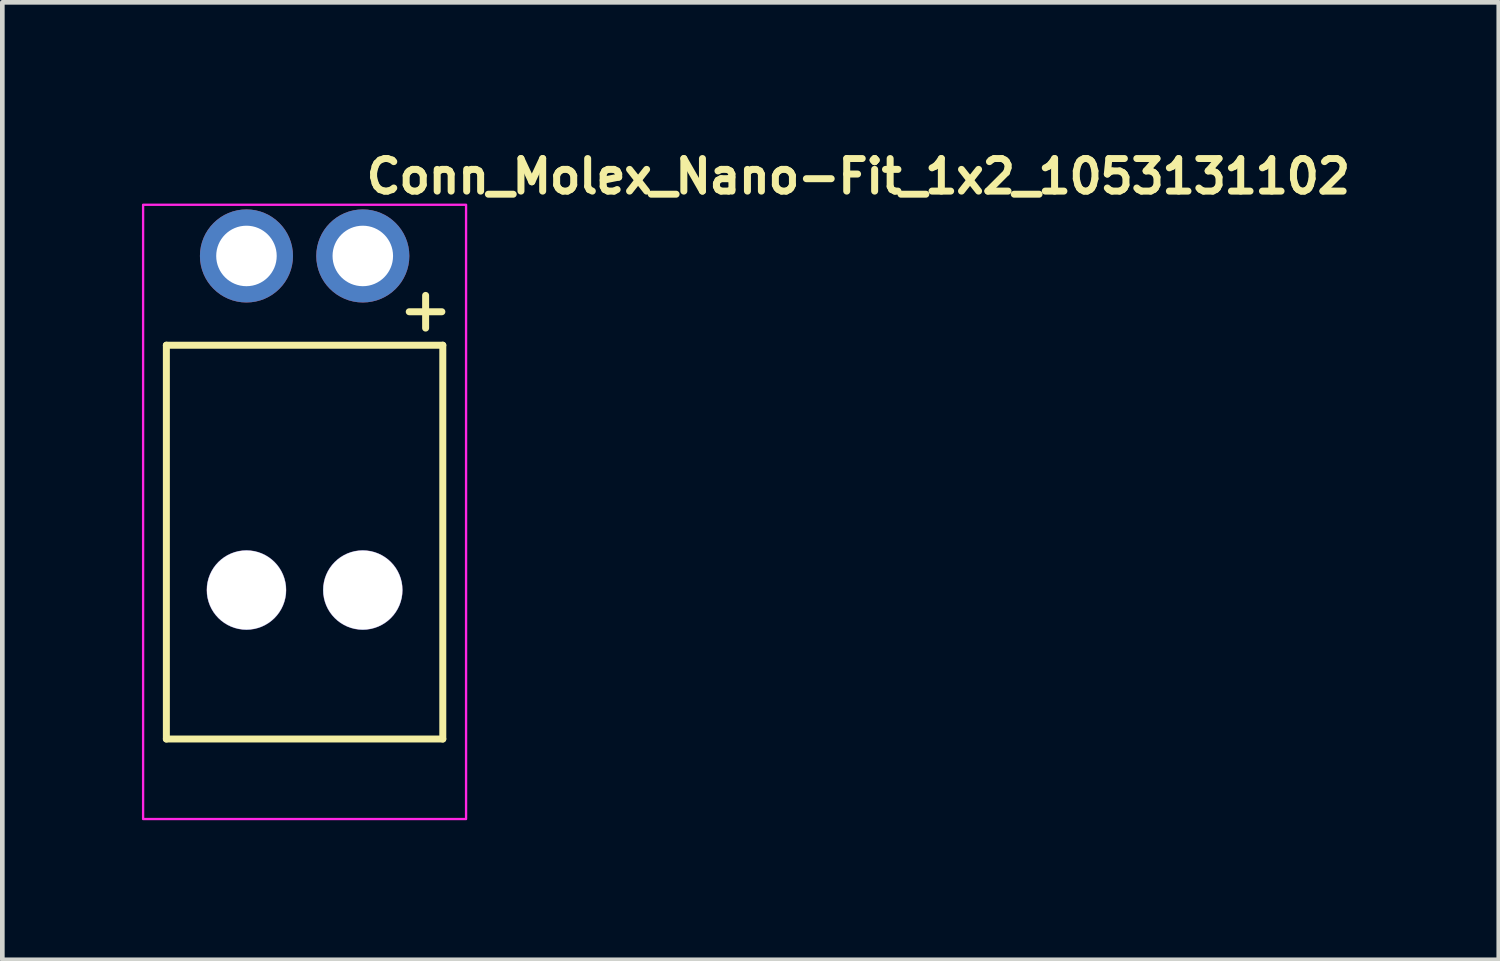
<source format=kicad_pcb>
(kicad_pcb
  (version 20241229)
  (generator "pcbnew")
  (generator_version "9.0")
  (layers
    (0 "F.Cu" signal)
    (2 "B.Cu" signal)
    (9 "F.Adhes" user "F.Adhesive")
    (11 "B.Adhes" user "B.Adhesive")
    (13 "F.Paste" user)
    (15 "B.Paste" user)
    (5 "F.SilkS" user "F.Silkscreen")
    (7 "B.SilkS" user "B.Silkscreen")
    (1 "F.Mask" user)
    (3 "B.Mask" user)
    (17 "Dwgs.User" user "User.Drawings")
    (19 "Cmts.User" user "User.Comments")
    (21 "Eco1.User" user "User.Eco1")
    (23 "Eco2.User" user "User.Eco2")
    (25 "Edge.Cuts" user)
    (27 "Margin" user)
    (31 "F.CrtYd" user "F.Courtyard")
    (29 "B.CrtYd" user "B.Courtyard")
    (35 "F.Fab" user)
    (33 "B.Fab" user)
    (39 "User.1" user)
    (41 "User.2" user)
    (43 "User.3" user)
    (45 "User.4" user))
  (footprint "Conn_Molex_Nano-Fit_1x2_1053131102"
    (layer "F.Cu")
    (at 4.746 2.45)
    (property "Reference" "Conn_Molex_Nano-Fit_1x2_1053131102" (at 0 -1.3 0) (layer "F.SilkS") (effects (font (size 0.7 0.7) (thickness 0.15)) (justify left bottom)))
    (attr through_hole)
    (fp_line (start -4.221 1.918) (end -4.221 10.38) (stroke (width 0.15) (type solid)) (layer "F.SilkS"))
    (fp_line (start -4.221 1.918) (end 1.719 1.918) (stroke (width 0.15) (type solid)) (layer "F.SilkS"))
    (fp_line (start -4.221 10.38) (end 1.719 10.38) (stroke (width 0.15) (type solid)) (layer "F.SilkS"))
    (fp_line (start 0.998 1.199) (end 1.699 1.199) (stroke (width 0.15) (type solid)) (layer "F.SilkS"))
    (fp_line (start 1.35 1.55) (end 1.35 0.848) (stroke (width 0.15) (type solid)) (layer "F.SilkS"))
    (fp_line (start 1.719 1.918) (end 1.719 10.38) (stroke (width 0.15) (type solid)) (layer "F.SilkS"))
    (fp_rect (start -4.721 -1.1) (end 2.219 12.1) (stroke (width 0.05) (type solid)) (fill no) (layer "F.CrtYd"))
    (fp_rect (start -4.221 -0.6) (end 1.719 11.839) (stroke (width 0.1) (type solid)) (fill no) (layer "User.5"))
    (fp_line (start -4.221 1.918) (end -4.221 10.38) (stroke (width 0.02) (type solid)) (layer "User.9"))
    (fp_line (start -4.221 10.38) (end -3.851 10.38) (stroke (width 0.02) (type solid)) (layer "User.9"))
    (fp_line (start -3.851 5.616) (end -3.85 5.605) (stroke (width 0.02) (type solid)) (layer "User.9"))
    (fp_line (start -3.851 5.616) (end -3.85 5.605) (stroke (width 0.02) (type solid)) (layer "User.9"))
    (fp_line (start -3.851 5.629) (end -3.851 5.616) (stroke (width 0.02) (type solid)) (layer "User.9"))
    (fp_line (start -3.851 5.629) (end -3.851 5.616) (stroke (width 0.02) (type solid)) (layer "User.9"))
    (fp_line (start -3.851 5.629) (end -3.601 5.629) (stroke (width 0.02) (type solid)) (layer "User.9"))
    (fp_line (start -3.851 11.839) (end -3.851 5.629) (stroke (width 0.02) (type solid)) (layer "User.9"))
    (fp_line (start -3.85 5.605) (end -3.848 5.592) (stroke (width 0.02) (type solid)) (layer "User.9"))
    (fp_line (start -3.85 5.605) (end -3.848 5.592) (stroke (width 0.02) (type solid)) (layer "User.9"))
    (fp_line (start -3.848 5.592) (end -3.847 5.581) (stroke (width 0.02) (type solid)) (layer "User.9"))
    (fp_line (start -3.848 5.592) (end -3.847 5.581) (stroke (width 0.02) (type solid)) (layer "User.9"))
    (fp_line (start -3.847 5.581) (end -3.843 5.568) (stroke (width 0.02) (type solid)) (layer "User.9"))
    (fp_line (start -3.847 5.581) (end -3.843 5.568) (stroke (width 0.02) (type solid)) (layer "User.9"))
    (fp_line (start -3.843 5.568) (end -3.84 5.557) (stroke (width 0.02) (type solid)) (layer "User.9"))
    (fp_line (start -3.843 5.568) (end -3.84 5.557) (stroke (width 0.02) (type solid)) (layer "User.9"))
    (fp_line (start -3.84 5.557) (end -3.837 5.544) (stroke (width 0.02) (type solid)) (layer "User.9"))
    (fp_line (start -3.84 5.557) (end -3.837 5.544) (stroke (width 0.02) (type solid)) (layer "User.9"))
    (fp_line (start -3.837 5.544) (end -3.831 5.533) (stroke (width 0.02) (type solid)) (layer "User.9"))
    (fp_line (start -3.837 5.544) (end -3.831 5.533) (stroke (width 0.02) (type solid)) (layer "User.9"))
    (fp_line (start -3.831 5.533) (end -3.827 5.522) (stroke (width 0.02) (type solid)) (layer "User.9"))
    (fp_line (start -3.831 5.533) (end -3.827 5.522) (stroke (width 0.02) (type solid)) (layer "User.9"))
    (fp_line (start -3.827 5.522) (end -3.822 5.512) (stroke (width 0.02) (type solid)) (layer "User.9"))
    (fp_line (start -3.827 5.522) (end -3.822 5.512) (stroke (width 0.02) (type solid)) (layer "User.9"))
    (fp_line (start -3.822 5.512) (end -3.815 5.501) (stroke (width 0.02) (type solid)) (layer "User.9"))
    (fp_line (start -3.822 5.512) (end -3.815 5.501) (stroke (width 0.02) (type solid)) (layer "User.9"))
    (fp_line (start -3.815 5.501) (end -3.809 5.491) (stroke (width 0.02) (type solid)) (layer "User.9"))
    (fp_line (start -3.815 5.501) (end -3.809 5.491) (stroke (width 0.02) (type solid)) (layer "User.9"))
    (fp_line (start -3.809 5.491) (end -3.802 5.48) (stroke (width 0.02) (type solid)) (layer "User.9"))
    (fp_line (start -3.809 5.491) (end -3.802 5.48) (stroke (width 0.02) (type solid)) (layer "User.9"))
    (fp_line (start -3.802 5.48) (end -3.794 5.47) (stroke (width 0.02) (type solid)) (layer "User.9"))
    (fp_line (start -3.802 5.48) (end -3.794 5.47) (stroke (width 0.02) (type solid)) (layer "User.9"))
    (fp_line (start -3.794 5.47) (end -3.786 5.461) (stroke (width 0.02) (type solid)) (layer "User.9"))
    (fp_line (start -3.794 5.47) (end -3.786 5.461) (stroke (width 0.02) (type solid)) (layer "User.9"))
    (fp_line (start -3.786 5.461) (end -3.778 5.453) (stroke (width 0.02) (type solid)) (layer "User.9"))
    (fp_line (start -3.786 5.461) (end -3.778 5.453) (stroke (width 0.02) (type solid)) (layer "User.9"))
    (fp_line (start -3.778 5.453) (end -3.778 5.453) (stroke (width 0.02) (type solid)) (layer "User.9"))
    (fp_line (start -3.778 5.453) (end -3.778 5.453) (stroke (width 0.02) (type solid)) (layer "User.9"))
    (fp_line (start -3.778 5.453) (end -3.769 5.443) (stroke (width 0.02) (type solid)) (layer "User.9"))
    (fp_line (start -3.778 5.453) (end -3.769 5.443) (stroke (width 0.02) (type solid)) (layer "User.9"))
    (fp_line (start -3.769 5.443) (end -3.759 5.435) (stroke (width 0.02) (type solid)) (layer "User.9"))
    (fp_line (start -3.769 5.443) (end -3.759 5.435) (stroke (width 0.02) (type solid)) (layer "User.9"))
    (fp_line (start -3.759 5.435) (end -3.75 5.429) (stroke (width 0.02) (type solid)) (layer "User.9"))
    (fp_line (start -3.759 5.435) (end -3.75 5.429) (stroke (width 0.02) (type solid)) (layer "User.9"))
    (fp_line (start -3.75 5.429) (end -3.739 5.421) (stroke (width 0.02) (type solid)) (layer "User.9"))
    (fp_line (start -3.75 5.429) (end -3.739 5.421) (stroke (width 0.02) (type solid)) (layer "User.9"))
    (fp_line (start -3.739 5.421) (end -3.73 5.414) (stroke (width 0.02) (type solid)) (layer "User.9"))
    (fp_line (start -3.739 5.421) (end -3.73 5.414) (stroke (width 0.02) (type solid)) (layer "User.9"))
    (fp_line (start -3.73 5.414) (end -3.718 5.408) (stroke (width 0.02) (type solid)) (layer "User.9"))
    (fp_line (start -3.73 5.414) (end -3.718 5.408) (stroke (width 0.02) (type solid)) (layer "User.9"))
    (fp_line (start -3.718 5.408) (end -3.708 5.403) (stroke (width 0.02) (type solid)) (layer "User.9"))
    (fp_line (start -3.718 5.408) (end -3.708 5.403) (stroke (width 0.02) (type solid)) (layer "User.9"))
    (fp_line (start -3.708 5.403) (end -3.697 5.398) (stroke (width 0.02) (type solid)) (layer "User.9"))
    (fp_line (start -3.708 5.403) (end -3.697 5.398) (stroke (width 0.02) (type solid)) (layer "User.9"))
    (fp_line (start -3.697 5.398) (end -3.685 5.394) (stroke (width 0.02) (type solid)) (layer "User.9"))
    (fp_line (start -3.697 5.398) (end -3.685 5.394) (stroke (width 0.02) (type solid)) (layer "User.9"))
    (fp_line (start -3.685 5.394) (end -3.673 5.389) (stroke (width 0.02) (type solid)) (layer "User.9"))
    (fp_line (start -3.685 5.394) (end -3.673 5.389) (stroke (width 0.02) (type solid)) (layer "User.9"))
    (fp_line (start -3.673 5.389) (end -3.661 5.387) (stroke (width 0.02) (type solid)) (layer "User.9"))
    (fp_line (start -3.673 5.389) (end -3.661 5.387) (stroke (width 0.02) (type solid)) (layer "User.9"))
    (fp_line (start -3.661 5.387) (end -3.649 5.384) (stroke (width 0.02) (type solid)) (layer "User.9"))
    (fp_line (start -3.661 5.387) (end -3.649 5.384) (stroke (width 0.02) (type solid)) (layer "User.9"))
    (fp_line (start -3.649 5.384) (end -3.637 5.381) (stroke (width 0.02) (type solid)) (layer "User.9"))
    (fp_line (start -3.649 5.384) (end -3.637 5.381) (stroke (width 0.02) (type solid)) (layer "User.9"))
    (fp_line (start -3.637 5.381) (end -3.625 5.381) (stroke (width 0.02) (type solid)) (layer "User.9"))
    (fp_line (start -3.637 5.381) (end -3.625 5.381) (stroke (width 0.02) (type solid)) (layer "User.9"))
    (fp_line (start -3.625 5.381) (end -3.613 5.379) (stroke (width 0.02) (type solid)) (layer "User.9"))
    (fp_line (start -3.625 5.381) (end -3.613 5.379) (stroke (width 0.02) (type solid)) (layer "User.9"))
    (fp_line (start -3.613 5.379) (end -3.601 5.379) (stroke (width 0.02) (type solid)) (layer "User.9"))
    (fp_line (start -3.613 5.379) (end -3.601 5.379) (stroke (width 0.02) (type solid)) (layer "User.9"))
    (fp_line (start -3.601 5.379) (end -2.4 5.379) (stroke (width 0.02) (type solid)) (layer "User.9"))
    (fp_line (start -3.601 11.839) (end -3.851 11.839) (stroke (width 0.02) (type solid)) (layer "User.9"))
    (fp_line (start -3.601 11.839) (end 1.1 11.839) (stroke (width 0.02) (type solid)) (layer "User.9"))
    (fp_line (start -3.101 0) (end -3.1 -0.04) (stroke (width 0.02) (type solid)) (layer "User.9"))
    (fp_line (start -3.101 0.018) (end -3.101 0) (stroke (width 0.02) (type solid)) (layer "User.9"))
    (fp_line (start -3.1 -0.04) (end -3.096 -0.08) (stroke (width 0.02) (type solid)) (layer "User.9"))
    (fp_line (start -3.1 0.037) (end -3.101 0.018) (stroke (width 0.02) (type solid)) (layer "User.9"))
    (fp_line (start -3.098 0.057) (end -3.1 0.037) (stroke (width 0.02) (type solid)) (layer "User.9"))
    (fp_line (start -3.097 0.075) (end -3.098 0.057) (stroke (width 0.02) (type solid)) (layer "User.9"))
    (fp_line (start -3.096 -0.08) (end -3.089 -0.12) (stroke (width 0.02) (type solid)) (layer "User.9"))
    (fp_line (start -3.093 0.094) (end -3.097 0.075) (stroke (width 0.02) (type solid)) (layer "User.9"))
    (fp_line (start -3.089 -0.12) (end -3.081 -0.157) (stroke (width 0.02) (type solid)) (layer "User.9"))
    (fp_line (start -3.089 0.114) (end -3.093 0.094) (stroke (width 0.02) (type solid)) (layer "User.9"))
    (fp_line (start -3.081 -0.157) (end -3.068 -0.195) (stroke (width 0.02) (type solid)) (layer "User.9"))
    (fp_line (start -3.081 0.15) (end -3.089 0.114) (stroke (width 0.02) (type solid)) (layer "User.9"))
    (fp_line (start -3.071 0.186) (end -3.081 0.15) (stroke (width 0.02) (type solid)) (layer "User.9"))
    (fp_line (start -3.068 -0.195) (end -3.056 -0.232) (stroke (width 0.02) (type solid)) (layer "User.9"))
    (fp_line (start -3.057 0.222) (end -3.071 0.186) (stroke (width 0.02) (type solid)) (layer "User.9"))
    (fp_line (start -3.056 -0.232) (end -3.039 -0.267) (stroke (width 0.02) (type solid)) (layer "User.9"))
    (fp_line (start -3.043 0.257) (end -3.057 0.222) (stroke (width 0.02) (type solid)) (layer "User.9"))
    (fp_line (start -3.039 -0.267) (end -3.02 -0.3) (stroke (width 0.02) (type solid)) (layer "User.9"))
    (fp_line (start -3.025 0.29) (end -3.043 0.257) (stroke (width 0.02) (type solid)) (layer "User.9"))
    (fp_line (start -3.02 -0.3) (end -3 -0.334) (stroke (width 0.02) (type solid)) (layer "User.9"))
    (fp_line (start -3.007 0.323) (end -3.025 0.29) (stroke (width 0.02) (type solid)) (layer "User.9"))
    (fp_line (start -3 -0.334) (end -2.977 -0.365) (stroke (width 0.02) (type solid)) (layer "User.9"))
    (fp_line (start -2.985 0.353) (end -3.007 0.323) (stroke (width 0.02) (type solid)) (layer "User.9"))
    (fp_line (start -2.977 -0.365) (end -2.952 -0.396) (stroke (width 0.02) (type solid)) (layer "User.9"))
    (fp_line (start -2.961 0.384) (end -2.985 0.353) (stroke (width 0.02) (type solid)) (layer "User.9"))
    (fp_line (start -2.952 -0.396) (end -2.927 -0.424) (stroke (width 0.02) (type solid)) (layer "User.9"))
    (fp_line (start -2.936 0.412) (end -2.961 0.384) (stroke (width 0.02) (type solid)) (layer "User.9"))
    (fp_line (start -2.927 -0.424) (end -2.898 -0.452) (stroke (width 0.02) (type solid)) (layer "User.9"))
    (fp_line (start -2.91 0.438) (end -2.936 0.412) (stroke (width 0.02) (type solid)) (layer "User.9"))
    (fp_line (start -2.898 -0.452) (end -2.867 -0.477) (stroke (width 0.02) (type solid)) (layer "User.9"))
    (fp_line (start -2.895 0.451) (end -2.91 0.438) (stroke (width 0.02) (type solid)) (layer "User.9"))
    (fp_line (start -2.882 0.464) (end -2.895 0.451) (stroke (width 0.02) (type solid)) (layer "User.9"))
    (fp_line (start -2.867 -0.477) (end -2.835 -0.499) (stroke (width 0.02) (type solid)) (layer "User.9"))
    (fp_line (start -2.867 0.476) (end -2.882 0.464) (stroke (width 0.02) (type solid)) (layer "User.9"))
    (fp_line (start -2.851 0.486) (end -2.867 0.476) (stroke (width 0.02) (type solid)) (layer "User.9"))
    (fp_line (start -2.835 -0.499) (end -2.801 -0.521) (stroke (width 0.02) (type solid)) (layer "User.9"))
    (fp_line (start -2.835 0.497) (end -2.851 0.486) (stroke (width 0.02) (type solid)) (layer "User.9"))
    (fp_line (start -2.819 -0.318) (end -2.819 -0.312) (stroke (width 0.02) (type solid)) (layer "User.9"))
    (fp_line (start -2.819 -0.318) (end -2.183 -0.318) (stroke (width 0.02) (type solid)) (layer "User.9"))
    (fp_line (start -2.819 -0.312) (end -2.819 -0.312) (stroke (width 0.02) (type solid)) (layer "User.9"))
    (fp_line (start -2.819 -0.312) (end -2.819 -0.295) (stroke (width 0.02) (type solid)) (layer "User.9"))
    (fp_line (start -2.819 -0.295) (end -2.819 -0.295) (stroke (width 0.02) (type solid)) (layer "User.9"))
    (fp_line (start -2.819 -0.295) (end -2.819 -0.267) (stroke (width 0.02) (type solid)) (layer "User.9"))
    (fp_line (start -2.819 -0.267) (end -2.819 -0.267) (stroke (width 0.02) (type solid)) (layer "User.9"))
    (fp_line (start -2.819 -0.267) (end -2.819 -0.226) (stroke (width 0.02) (type solid)) (layer "User.9"))
    (fp_line (start -2.819 -0.226) (end -2.819 -0.226) (stroke (width 0.02) (type solid)) (layer "User.9"))
    (fp_line (start -2.819 -0.226) (end -2.819 -0.176) (stroke (width 0.02) (type solid)) (layer "User.9"))
    (fp_line (start -2.819 -0.176) (end -2.819 -0.176) (stroke (width 0.02) (type solid)) (layer "User.9"))
    (fp_line (start -2.819 -0.176) (end -2.819 -0.115) (stroke (width 0.02) (type solid)) (layer "User.9"))
    (fp_line (start -2.819 -0.115) (end -2.819 -0.115) (stroke (width 0.02) (type solid)) (layer "User.9"))
    (fp_line (start -2.819 -0.115) (end -2.819 -0.044) (stroke (width 0.02) (type solid)) (layer "User.9"))
    (fp_line (start -2.819 -0.044) (end -2.819 -0.044) (stroke (width 0.02) (type solid)) (layer "User.9"))
    (fp_line (start -2.819 -0.044) (end -2.819 0.616) (stroke (width 0.02) (type solid)) (layer "User.9"))
    (fp_line (start -2.819 0.508) (end -2.835 0.497) (stroke (width 0.02) (type solid)) (layer "User.9"))
    (fp_line (start -2.819 0.616) (end -2.819 1.918) (stroke (width 0.02) (type solid)) (layer "User.9"))
    (fp_line (start -2.801 -0.521) (end -2.801 -0.521) (stroke (width 0.02) (type solid)) (layer "User.9"))
    (fp_line (start -2.801 -0.521) (end -2.766 -0.54) (stroke (width 0.02) (type solid)) (layer "User.9"))
    (fp_line (start -2.766 -0.54) (end -2.73 -0.556) (stroke (width 0.02) (type solid)) (layer "User.9"))
    (fp_line (start -2.73 -0.556) (end -2.693 -0.57) (stroke (width 0.02) (type solid)) (layer "User.9"))
    (fp_line (start -2.693 -0.57) (end -2.656 -0.58) (stroke (width 0.02) (type solid)) (layer "User.9"))
    (fp_line (start -2.656 -0.58) (end -2.617 -0.589) (stroke (width 0.02) (type solid)) (layer "User.9"))
    (fp_line (start -2.617 -0.589) (end -2.578 -0.595) (stroke (width 0.02) (type solid)) (layer "User.9"))
    (fp_line (start -2.578 -0.595) (end -2.54 -0.599) (stroke (width 0.02) (type solid)) (layer "User.9"))
    (fp_line (start -2.54 -0.599) (end -2.5 -0.6) (stroke (width 0.02) (type solid)) (layer "User.9"))
    (fp_line (start -2.5 -0.6) (end -2.463 -0.599) (stroke (width 0.02) (type solid)) (layer "User.9"))
    (fp_line (start -2.463 -0.599) (end -2.423 -0.595) (stroke (width 0.02) (type solid)) (layer "User.9"))
    (fp_line (start -2.423 -0.595) (end -2.386 -0.589) (stroke (width 0.02) (type solid)) (layer "User.9"))
    (fp_line (start -2.4 5.379) (end -2.4 5.629) (stroke (width 0.02) (type solid)) (layer "User.9"))
    (fp_line (start -2.4 5.629) (end -2.4 10.24) (stroke (width 0.02) (type solid)) (layer "User.9"))
    (fp_line (start -2.4 10.24) (end -2.4 10.253) (stroke (width 0.02) (type solid)) (layer "User.9"))
    (fp_line (start -2.4 10.253) (end -2.399 10.268) (stroke (width 0.02) (type solid)) (layer "User.9"))
    (fp_line (start -2.399 10.268) (end -2.398 10.284) (stroke (width 0.02) (type solid)) (layer "User.9"))
    (fp_line (start -2.398 10.284) (end -2.395 10.297) (stroke (width 0.02) (type solid)) (layer "User.9"))
    (fp_line (start -2.395 10.297) (end -2.391 10.313) (stroke (width 0.02) (type solid)) (layer "User.9"))
    (fp_line (start -2.391 10.313) (end -2.388 10.326) (stroke (width 0.02) (type solid)) (layer "User.9"))
    (fp_line (start -2.388 10.326) (end -2.383 10.341) (stroke (width 0.02) (type solid)) (layer "User.9"))
    (fp_line (start -2.386 -0.589) (end -2.347 -0.58) (stroke (width 0.02) (type solid)) (layer "User.9"))
    (fp_line (start -2.383 10.341) (end -2.379 10.354) (stroke (width 0.02) (type solid)) (layer "User.9"))
    (fp_line (start -2.379 10.354) (end -2.372 10.368) (stroke (width 0.02) (type solid)) (layer "User.9"))
    (fp_line (start -2.372 10.368) (end -2.366 10.381) (stroke (width 0.02) (type solid)) (layer "User.9"))
    (fp_line (start -2.367 10.38) (end -0.136 10.38) (stroke (width 0.02) (type solid)) (layer "User.9"))
    (fp_line (start -2.366 10.381) (end -2.359 10.393) (stroke (width 0.02) (type solid)) (layer "User.9"))
    (fp_line (start -2.359 10.393) (end -2.351 10.406) (stroke (width 0.02) (type solid)) (layer "User.9"))
    (fp_line (start -2.351 10.406) (end -2.343 10.418) (stroke (width 0.02) (type solid)) (layer "User.9"))
    (fp_line (start -2.347 -0.58) (end -2.31 -0.57) (stroke (width 0.02) (type solid)) (layer "User.9"))
    (fp_line (start -2.343 10.418) (end -2.334 10.429) (stroke (width 0.02) (type solid)) (layer "User.9"))
    (fp_line (start -2.334 10.429) (end -2.323 10.441) (stroke (width 0.02) (type solid)) (layer "User.9"))
    (fp_line (start -2.323 10.441) (end -2.314 10.451) (stroke (width 0.02) (type solid)) (layer "User.9"))
    (fp_line (start -2.314 10.451) (end -2.314 10.451) (stroke (width 0.02) (type solid)) (layer "User.9"))
    (fp_line (start -2.314 10.451) (end -2.302 10.461) (stroke (width 0.02) (type solid)) (layer "User.9"))
    (fp_line (start -2.31 -0.57) (end -2.273 -0.556) (stroke (width 0.02) (type solid)) (layer "User.9"))
    (fp_line (start -2.302 10.461) (end -2.291 10.471) (stroke (width 0.02) (type solid)) (layer "User.9"))
    (fp_line (start -2.291 10.471) (end -2.279 10.48) (stroke (width 0.02) (type solid)) (layer "User.9"))
    (fp_line (start -2.279 10.48) (end -2.267 10.489) (stroke (width 0.02) (type solid)) (layer "User.9"))
    (fp_line (start -2.273 -0.556) (end -2.237 -0.54) (stroke (width 0.02) (type solid)) (layer "User.9"))
    (fp_line (start -2.267 10.489) (end -2.255 10.496) (stroke (width 0.02) (type solid)) (layer "User.9"))
    (fp_line (start -2.255 10.496) (end -2.242 10.503) (stroke (width 0.02) (type solid)) (layer "User.9"))
    (fp_line (start -2.242 10.503) (end -2.23 10.511) (stroke (width 0.02) (type solid)) (layer "User.9"))
    (fp_line (start -2.237 -0.54) (end -2.202 -0.521) (stroke (width 0.02) (type solid)) (layer "User.9"))
    (fp_line (start -2.23 10.511) (end -2.215 10.516) (stroke (width 0.02) (type solid)) (layer "User.9"))
    (fp_line (start -2.215 10.516) (end -2.202 10.522) (stroke (width 0.02) (type solid)) (layer "User.9"))
    (fp_line (start -2.202 -0.521) (end -2.202 -0.521) (stroke (width 0.02) (type solid)) (layer "User.9"))
    (fp_line (start -2.202 -0.521) (end -2.183 -0.51) (stroke (width 0.02) (type solid)) (layer "User.9"))
    (fp_line (start -2.202 10.522) (end -2.189 10.527) (stroke (width 0.02) (type solid)) (layer "User.9"))
    (fp_line (start -2.189 10.527) (end -2.174 10.529) (stroke (width 0.02) (type solid)) (layer "User.9"))
    (fp_line (start -2.183 -0.51) (end -2.168 -0.499) (stroke (width 0.02) (type solid)) (layer "User.9"))
    (fp_line (start -2.183 -0.318) (end -2.183 -0.312) (stroke (width 0.02) (type solid)) (layer "User.9"))
    (fp_line (start -2.183 -0.312) (end -2.183 -0.312) (stroke (width 0.02) (type solid)) (layer "User.9"))
    (fp_line (start -2.183 -0.312) (end -2.183 -0.295) (stroke (width 0.02) (type solid)) (layer "User.9"))
    (fp_line (start -2.183 -0.295) (end -2.183 -0.295) (stroke (width 0.02) (type solid)) (layer "User.9"))
    (fp_line (start -2.183 -0.295) (end -2.183 -0.267) (stroke (width 0.02) (type solid)) (layer "User.9"))
    (fp_line (start -2.183 -0.267) (end -2.183 -0.267) (stroke (width 0.02) (type solid)) (layer "User.9"))
    (fp_line (start -2.183 -0.267) (end -2.183 -0.226) (stroke (width 0.02) (type solid)) (layer "User.9"))
    (fp_line (start -2.183 -0.226) (end -2.183 -0.226) (stroke (width 0.02) (type solid)) (layer "User.9"))
    (fp_line (start -2.183 -0.226) (end -2.183 -0.176) (stroke (width 0.02) (type solid)) (layer "User.9"))
    (fp_line (start -2.183 -0.176) (end -2.183 -0.176) (stroke (width 0.02) (type solid)) (layer "User.9"))
    (fp_line (start -2.183 -0.176) (end -2.183 -0.115) (stroke (width 0.02) (type solid)) (layer "User.9"))
    (fp_line (start -2.183 -0.115) (end -2.183 -0.115) (stroke (width 0.02) (type solid)) (layer "User.9"))
    (fp_line (start -2.183 -0.115) (end -2.183 -0.044) (stroke (width 0.02) (type solid)) (layer "User.9"))
    (fp_line (start -2.183 -0.044) (end -2.183 -0.044) (stroke (width 0.02) (type solid)) (layer "User.9"))
    (fp_line (start -2.183 -0.044) (end -2.183 0.616) (stroke (width 0.02) (type solid)) (layer "User.9"))
    (fp_line (start -2.183 0.616) (end -2.183 1.918) (stroke (width 0.02) (type solid)) (layer "User.9"))
    (fp_line (start -2.174 10.529) (end -2.16 10.534) (stroke (width 0.02) (type solid)) (layer "User.9"))
    (fp_line (start -2.168 -0.499) (end -2.15 -0.488) (stroke (width 0.02) (type solid)) (layer "User.9"))
    (fp_line (start -2.16 10.534) (end -2.145 10.535) (stroke (width 0.02) (type solid)) (layer "User.9"))
    (fp_line (start -2.152 0.486) (end -2.183 0.508) (stroke (width 0.02) (type solid)) (layer "User.9"))
    (fp_line (start -2.15 -0.488) (end -2.134 -0.477) (stroke (width 0.02) (type solid)) (layer "User.9"))
    (fp_line (start -2.145 10.535) (end -2.13 10.538) (stroke (width 0.02) (type solid)) (layer "User.9"))
    (fp_line (start -2.134 -0.477) (end -2.12 -0.465) (stroke (width 0.02) (type solid)) (layer "User.9"))
    (fp_line (start -2.13 10.538) (end -2.116 10.538) (stroke (width 0.02) (type solid)) (layer "User.9"))
    (fp_line (start -2.121 0.464) (end -2.152 0.486) (stroke (width 0.02) (type solid)) (layer "User.9"))
    (fp_line (start -2.12 -0.465) (end -2.105 -0.452) (stroke (width 0.02) (type solid)) (layer "User.9"))
    (fp_line (start -2.116 10.538) (end -2.101 10.538) (stroke (width 0.02) (type solid)) (layer "User.9"))
    (fp_line (start -2.105 -0.452) (end -2.089 -0.438) (stroke (width 0.02) (type solid)) (layer "User.9"))
    (fp_line (start -2.101 10.538) (end -0.402 10.538) (stroke (width 0.02) (type solid)) (layer "User.9"))
    (fp_line (start -2.093 0.438) (end -2.121 0.464) (stroke (width 0.02) (type solid)) (layer "User.9"))
    (fp_line (start -2.089 -0.438) (end -2.076 -0.424) (stroke (width 0.02) (type solid)) (layer "User.9"))
    (fp_line (start -2.076 -0.424) (end -2.062 -0.411) (stroke (width 0.02) (type solid)) (layer "User.9"))
    (fp_line (start -2.065 0.412) (end -2.093 0.438) (stroke (width 0.02) (type solid)) (layer "User.9"))
    (fp_line (start -2.062 -0.411) (end -2.049 -0.396) (stroke (width 0.02) (type solid)) (layer "User.9"))
    (fp_line (start -2.049 -0.396) (end -2.036 -0.38) (stroke (width 0.02) (type solid)) (layer "User.9"))
    (fp_line (start -2.04 0.384) (end -2.065 0.412) (stroke (width 0.02) (type solid)) (layer "User.9"))
    (fp_line (start -2.036 -0.38) (end -2.024 -0.365) (stroke (width 0.02) (type solid)) (layer "User.9"))
    (fp_line (start -2.024 -0.365) (end -2.012 -0.35) (stroke (width 0.02) (type solid)) (layer "User.9"))
    (fp_line (start -2.016 0.353) (end -2.04 0.384) (stroke (width 0.02) (type solid)) (layer "User.9"))
    (fp_line (start -2.012 -0.35) (end -2.001 -0.334) (stroke (width 0.02) (type solid)) (layer "User.9"))
    (fp_line (start -2.001 -0.334) (end -1.992 -0.317) (stroke (width 0.02) (type solid)) (layer "User.9"))
    (fp_line (start -1.996 0.323) (end -2.016 0.353) (stroke (width 0.02) (type solid)) (layer "User.9"))
    (fp_line (start -1.992 -0.317) (end -1.982 -0.3) (stroke (width 0.02) (type solid)) (layer "User.9"))
    (fp_line (start -1.982 -0.3) (end -1.972 -0.285) (stroke (width 0.02) (type solid)) (layer "User.9"))
    (fp_line (start -1.976 0.29) (end -1.996 0.323) (stroke (width 0.02) (type solid)) (layer "User.9"))
    (fp_line (start -1.972 -0.285) (end -1.964 -0.267) (stroke (width 0.02) (type solid)) (layer "User.9"))
    (fp_line (start -1.964 -0.267) (end -1.954 -0.249) (stroke (width 0.02) (type solid)) (layer "User.9"))
    (fp_line (start -1.96 0.257) (end -1.976 0.29) (stroke (width 0.02) (type solid)) (layer "User.9"))
    (fp_line (start -1.954 -0.249) (end -1.946 -0.232) (stroke (width 0.02) (type solid)) (layer "User.9"))
    (fp_line (start -1.946 -0.232) (end -1.94 -0.213) (stroke (width 0.02) (type solid)) (layer "User.9"))
    (fp_line (start -1.944 0.222) (end -1.96 0.257) (stroke (width 0.02) (type solid)) (layer "User.9"))
    (fp_line (start -1.94 -0.213) (end -1.934 -0.195) (stroke (width 0.02) (type solid)) (layer "User.9"))
    (fp_line (start -1.934 -0.195) (end -1.928 -0.176) (stroke (width 0.02) (type solid)) (layer "User.9"))
    (fp_line (start -1.932 0.186) (end -1.944 0.222) (stroke (width 0.02) (type solid)) (layer "User.9"))
    (fp_line (start -1.928 -0.176) (end -1.922 -0.157) (stroke (width 0.02) (type solid)) (layer "User.9"))
    (fp_line (start -1.922 -0.157) (end -1.917 -0.139) (stroke (width 0.02) (type solid)) (layer "User.9"))
    (fp_line (start -1.92 0.15) (end -1.932 0.186) (stroke (width 0.02) (type solid)) (layer "User.9"))
    (fp_line (start -1.917 -0.139) (end -1.913 -0.12) (stroke (width 0.02) (type solid)) (layer "User.9"))
    (fp_line (start -1.913 -0.12) (end -1.909 -0.101) (stroke (width 0.02) (type solid)) (layer "User.9"))
    (fp_line (start -1.913 0.114) (end -1.92 0.15) (stroke (width 0.02) (type solid)) (layer "User.9"))
    (fp_line (start -1.909 -0.101) (end -1.907 -0.08) (stroke (width 0.02) (type solid)) (layer "User.9"))
    (fp_line (start -1.907 -0.08) (end -1.903 -0.06) (stroke (width 0.02) (type solid)) (layer "User.9"))
    (fp_line (start -1.905 0.075) (end -1.913 0.114) (stroke (width 0.02) (type solid)) (layer "User.9"))
    (fp_line (start -1.903 -0.06) (end -1.903 -0.04) (stroke (width 0.02) (type solid)) (layer "User.9"))
    (fp_line (start -1.903 -0.04) (end -1.901 -0.022) (stroke (width 0.02) (type solid)) (layer "User.9"))
    (fp_line (start -1.903 0.037) (end -1.905 0.075) (stroke (width 0.02) (type solid)) (layer "User.9"))
    (fp_line (start -1.901 -0.022) (end -1.901 0) (stroke (width 0.02) (type solid)) (layer "User.9"))
    (fp_line (start -1.901 0) (end -1.903 0.037) (stroke (width 0.02) (type solid)) (layer "User.9"))
    (fp_line (start -0.6 0) (end -0.599 -0.04) (stroke (width 0.02) (type solid)) (layer "User.9"))
    (fp_line (start -0.6 0.018) (end -0.6 0) (stroke (width 0.02) (type solid)) (layer "User.9"))
    (fp_line (start -0.599 -0.04) (end -0.595 -0.08) (stroke (width 0.02) (type solid)) (layer "User.9"))
    (fp_line (start -0.599 0.037) (end -0.6 0.018) (stroke (width 0.02) (type solid)) (layer "User.9"))
    (fp_line (start -0.598 0.057) (end -0.599 0.037) (stroke (width 0.02) (type solid)) (layer "User.9"))
    (fp_line (start -0.596 0.075) (end -0.598 0.057) (stroke (width 0.02) (type solid)) (layer "User.9"))
    (fp_line (start -0.595 -0.08) (end -0.589 -0.12) (stroke (width 0.02) (type solid)) (layer "User.9"))
    (fp_line (start -0.593 0.094) (end -0.596 0.075) (stroke (width 0.02) (type solid)) (layer "User.9"))
    (fp_line (start -0.589 -0.12) (end -0.58 -0.157) (stroke (width 0.02) (type solid)) (layer "User.9"))
    (fp_line (start -0.589 0.114) (end -0.593 0.094) (stroke (width 0.02) (type solid)) (layer "User.9"))
    (fp_line (start -0.581 0.15) (end -0.589 0.114) (stroke (width 0.02) (type solid)) (layer "User.9"))
    (fp_line (start -0.58 -0.157) (end -0.569 -0.195) (stroke (width 0.02) (type solid)) (layer "User.9"))
    (fp_line (start -0.571 0.186) (end -0.581 0.15) (stroke (width 0.02) (type solid)) (layer "User.9"))
    (fp_line (start -0.569 -0.195) (end -0.556 -0.232) (stroke (width 0.02) (type solid)) (layer "User.9"))
    (fp_line (start -0.558 0.222) (end -0.571 0.186) (stroke (width 0.02) (type solid)) (layer "User.9"))
    (fp_line (start -0.556 -0.232) (end -0.539 -0.267) (stroke (width 0.02) (type solid)) (layer "User.9"))
    (fp_line (start -0.543 0.257) (end -0.558 0.222) (stroke (width 0.02) (type solid)) (layer "User.9"))
    (fp_line (start -0.539 -0.267) (end -0.521 -0.3) (stroke (width 0.02) (type solid)) (layer "User.9"))
    (fp_line (start -0.526 0.29) (end -0.543 0.257) (stroke (width 0.02) (type solid)) (layer "User.9"))
    (fp_line (start -0.521 -0.3) (end -0.5 -0.334) (stroke (width 0.02) (type solid)) (layer "User.9"))
    (fp_line (start -0.506 0.323) (end -0.526 0.29) (stroke (width 0.02) (type solid)) (layer "User.9"))
    (fp_line (start -0.5 -0.334) (end -0.478 -0.365) (stroke (width 0.02) (type solid)) (layer "User.9"))
    (fp_line (start -0.485 0.353) (end -0.506 0.323) (stroke (width 0.02) (type solid)) (layer "User.9"))
    (fp_line (start -0.478 -0.365) (end -0.453 -0.396) (stroke (width 0.02) (type solid)) (layer "User.9"))
    (fp_line (start -0.462 0.384) (end -0.485 0.353) (stroke (width 0.02) (type solid)) (layer "User.9"))
    (fp_line (start -0.453 -0.396) (end -0.426 -0.424) (stroke (width 0.02) (type solid)) (layer "User.9"))
    (fp_line (start -0.436 0.412) (end -0.462 0.384) (stroke (width 0.02) (type solid)) (layer "User.9"))
    (fp_line (start -0.426 -0.424) (end -0.398 -0.452) (stroke (width 0.02) (type solid)) (layer "User.9"))
    (fp_line (start -0.41 0.438) (end -0.436 0.412) (stroke (width 0.02) (type solid)) (layer "User.9"))
    (fp_line (start -0.402 10.538) (end -0.387 10.538) (stroke (width 0.02) (type solid)) (layer "User.9"))
    (fp_line (start -0.398 -0.452) (end -0.367 -0.477) (stroke (width 0.02) (type solid)) (layer "User.9"))
    (fp_line (start -0.396 0.451) (end -0.41 0.438) (stroke (width 0.02) (type solid)) (layer "User.9"))
    (fp_line (start -0.387 10.538) (end -0.371 10.538) (stroke (width 0.02) (type solid)) (layer "User.9"))
    (fp_line (start -0.381 0.464) (end -0.396 0.451) (stroke (width 0.02) (type solid)) (layer "User.9"))
    (fp_line (start -0.371 10.538) (end -0.356 10.535) (stroke (width 0.02) (type solid)) (layer "User.9"))
    (fp_line (start -0.367 -0.477) (end -0.335 -0.499) (stroke (width 0.02) (type solid)) (layer "User.9"))
    (fp_line (start -0.366 0.476) (end -0.381 0.464) (stroke (width 0.02) (type solid)) (layer "User.9"))
    (fp_line (start -0.356 10.535) (end -0.343 10.534) (stroke (width 0.02) (type solid)) (layer "User.9"))
    (fp_line (start -0.351 0.486) (end -0.366 0.476) (stroke (width 0.02) (type solid)) (layer "User.9"))
    (fp_line (start -0.343 10.534) (end -0.328 10.529) (stroke (width 0.02) (type solid)) (layer "User.9"))
    (fp_line (start -0.335 -0.499) (end -0.301 -0.521) (stroke (width 0.02) (type solid)) (layer "User.9"))
    (fp_line (start -0.335 0.497) (end -0.351 0.486) (stroke (width 0.02) (type solid)) (layer "User.9"))
    (fp_line (start -0.328 10.529) (end -0.313 10.527) (stroke (width 0.02) (type solid)) (layer "User.9"))
    (fp_line (start -0.318 -0.318) (end -0.318 -0.312) (stroke (width 0.02) (type solid)) (layer "User.9"))
    (fp_line (start -0.318 -0.318) (end 0.316 -0.318) (stroke (width 0.02) (type solid)) (layer "User.9"))
    (fp_line (start -0.318 -0.312) (end -0.318 -0.312) (stroke (width 0.02) (type solid)) (layer "User.9"))
    (fp_line (start -0.318 -0.312) (end -0.318 -0.295) (stroke (width 0.02) (type solid)) (layer "User.9"))
    (fp_line (start -0.318 -0.295) (end -0.318 -0.295) (stroke (width 0.02) (type solid)) (layer "User.9"))
    (fp_line (start -0.318 -0.295) (end -0.318 -0.267) (stroke (width 0.02) (type solid)) (layer "User.9"))
    (fp_line (start -0.318 -0.267) (end -0.318 -0.267) (stroke (width 0.02) (type solid)) (layer "User.9"))
    (fp_line (start -0.318 -0.267) (end -0.318 -0.226) (stroke (width 0.02) (type solid)) (layer "User.9"))
    (fp_line (start -0.318 -0.226) (end -0.318 -0.226) (stroke (width 0.02) (type solid)) (layer "User.9"))
    (fp_line (start -0.318 -0.226) (end -0.318 -0.176) (stroke (width 0.02) (type solid)) (layer "User.9"))
    (fp_line (start -0.318 -0.176) (end -0.318 -0.176) (stroke (width 0.02) (type solid)) (layer "User.9"))
    (fp_line (start -0.318 -0.176) (end -0.318 -0.115) (stroke (width 0.02) (type solid)) (layer "User.9"))
    (fp_line (start -0.318 -0.115) (end -0.318 -0.115) (stroke (width 0.02) (type solid)) (layer "User.9"))
    (fp_line (start -0.318 -0.115) (end -0.318 -0.044) (stroke (width 0.02) (type solid)) (layer "User.9"))
    (fp_line (start -0.318 -0.044) (end -0.318 -0.044) (stroke (width 0.02) (type solid)) (layer "User.9"))
    (fp_line (start -0.318 -0.044) (end -0.318 0.616) (stroke (width 0.02) (type solid)) (layer "User.9"))
    (fp_line (start -0.318 0.508) (end -0.335 0.497) (stroke (width 0.02) (type solid)) (layer "User.9"))
    (fp_line (start -0.318 0.616) (end -0.318 1.918) (stroke (width 0.02) (type solid)) (layer "User.9"))
    (fp_line (start -0.313 10.527) (end -0.299 10.522) (stroke (width 0.02) (type solid)) (layer "User.9"))
    (fp_line (start -0.301 -0.521) (end -0.301 -0.521) (stroke (width 0.02) (type solid)) (layer "User.9"))
    (fp_line (start -0.301 -0.521) (end -0.266 -0.54) (stroke (width 0.02) (type solid)) (layer "User.9"))
    (fp_line (start -0.299 10.522) (end -0.287 10.516) (stroke (width 0.02) (type solid)) (layer "User.9"))
    (fp_line (start -0.287 10.516) (end -0.273 10.511) (stroke (width 0.02) (type solid)) (layer "User.9"))
    (fp_line (start -0.273 10.511) (end -0.26 10.503) (stroke (width 0.02) (type solid)) (layer "User.9"))
    (fp_line (start -0.266 -0.54) (end -0.23 -0.556) (stroke (width 0.02) (type solid)) (layer "User.9"))
    (fp_line (start -0.26 10.503) (end -0.246 10.496) (stroke (width 0.02) (type solid)) (layer "User.9"))
    (fp_line (start -0.246 10.496) (end -0.235 10.489) (stroke (width 0.02) (type solid)) (layer "User.9"))
    (fp_line (start -0.235 10.489) (end -0.222 10.48) (stroke (width 0.02) (type solid)) (layer "User.9"))
    (fp_line (start -0.23 -0.556) (end -0.192 -0.57) (stroke (width 0.02) (type solid)) (layer "User.9"))
    (fp_line (start -0.222 10.48) (end -0.21 10.471) (stroke (width 0.02) (type solid)) (layer "User.9"))
    (fp_line (start -0.21 10.471) (end -0.2 10.461) (stroke (width 0.02) (type solid)) (layer "User.9"))
    (fp_line (start -0.2 10.461) (end -0.188 10.451) (stroke (width 0.02) (type solid)) (layer "User.9"))
    (fp_line (start -0.192 -0.57) (end -0.155 -0.58) (stroke (width 0.02) (type solid)) (layer "User.9"))
    (fp_line (start -0.188 10.451) (end -0.188 10.451) (stroke (width 0.02) (type solid)) (layer "User.9"))
    (fp_line (start -0.188 10.451) (end -0.178 10.441) (stroke (width 0.02) (type solid)) (layer "User.9"))
    (fp_line (start -0.178 10.441) (end -0.169 10.429) (stroke (width 0.02) (type solid)) (layer "User.9"))
    (fp_line (start -0.169 10.429) (end -0.159 10.418) (stroke (width 0.02) (type solid)) (layer "User.9"))
    (fp_line (start -0.159 10.418) (end -0.151 10.406) (stroke (width 0.02) (type solid)) (layer "User.9"))
    (fp_line (start -0.155 -0.58) (end -0.117 -0.589) (stroke (width 0.02) (type solid)) (layer "User.9"))
    (fp_line (start -0.151 10.406) (end -0.144 10.393) (stroke (width 0.02) (type solid)) (layer "User.9"))
    (fp_line (start -0.144 10.393) (end -0.137 10.381) (stroke (width 0.02) (type solid)) (layer "User.9"))
    (fp_line (start -0.137 10.381) (end -0.13 10.368) (stroke (width 0.02) (type solid)) (layer "User.9"))
    (fp_line (start -0.13 10.368) (end -0.123 10.354) (stroke (width 0.02) (type solid)) (layer "User.9"))
    (fp_line (start -0.123 10.354) (end -0.119 10.341) (stroke (width 0.02) (type solid)) (layer "User.9"))
    (fp_line (start -0.119 10.341) (end -0.114 10.326) (stroke (width 0.02) (type solid)) (layer "User.9"))
    (fp_line (start -0.117 -0.589) (end -0.078 -0.595) (stroke (width 0.02) (type solid)) (layer "User.9"))
    (fp_line (start -0.114 10.326) (end -0.11 10.313) (stroke (width 0.02) (type solid)) (layer "User.9"))
    (fp_line (start -0.11 10.313) (end -0.106 10.297) (stroke (width 0.02) (type solid)) (layer "User.9"))
    (fp_line (start -0.106 10.297) (end -0.105 10.284) (stroke (width 0.02) (type solid)) (layer "User.9"))
    (fp_line (start -0.105 10.284) (end -0.103 10.268) (stroke (width 0.02) (type solid)) (layer "User.9"))
    (fp_line (start -0.103 10.268) (end -0.102 10.253) (stroke (width 0.02) (type solid)) (layer "User.9"))
    (fp_line (start -0.102 5.379) (end -2.4 5.379) (stroke (width 0.02) (type solid)) (layer "User.9"))
    (fp_line (start -0.102 5.379) (end -0.102 5.629) (stroke (width 0.02) (type solid)) (layer "User.9"))
    (fp_line (start -0.102 5.379) (end 1.1 5.379) (stroke (width 0.02) (type solid)) (layer "User.9"))
    (fp_line (start -0.102 5.629) (end -0.102 10.24) (stroke (width 0.02) (type solid)) (layer "User.9"))
    (fp_line (start -0.102 5.839) (end -2.4 5.839) (stroke (width 0.02) (type solid)) (layer "User.9"))
    (fp_line (start -0.102 10.253) (end -0.102 10.24) (stroke (width 0.02) (type solid)) (layer "User.9"))
    (fp_line (start -0.078 -0.595) (end -0.039 -0.599) (stroke (width 0.02) (type solid)) (layer "User.9"))
    (fp_line (start -0.039 -0.599) (end 0 -0.6) (stroke (width 0.02) (type solid)) (layer "User.9"))
    (fp_line (start 0 -0.6) (end 0.037 -0.599) (stroke (width 0.02) (type solid)) (layer "User.9"))
    (fp_line (start 0.037 -0.599) (end 0.076 -0.595) (stroke (width 0.02) (type solid)) (layer "User.9"))
    (fp_line (start 0.076 -0.595) (end 0.115 -0.589) (stroke (width 0.02) (type solid)) (layer "User.9"))
    (fp_line (start 0.115 -0.589) (end 0.153 -0.58) (stroke (width 0.02) (type solid)) (layer "User.9"))
    (fp_line (start 0.153 -0.58) (end 0.19 -0.57) (stroke (width 0.02) (type solid)) (layer "User.9"))
    (fp_line (start 0.19 -0.57) (end 0.228 -0.556) (stroke (width 0.02) (type solid)) (layer "User.9"))
    (fp_line (start 0.228 -0.556) (end 0.264 -0.54) (stroke (width 0.02) (type solid)) (layer "User.9"))
    (fp_line (start 0.264 -0.54) (end 0.299 -0.521) (stroke (width 0.02) (type solid)) (layer "User.9"))
    (fp_line (start 0.299 -0.521) (end 0.299 -0.521) (stroke (width 0.02) (type solid)) (layer "User.9"))
    (fp_line (start 0.299 -0.521) (end 0.316 -0.51) (stroke (width 0.02) (type solid)) (layer "User.9"))
    (fp_line (start 0.316 -0.51) (end 0.333 -0.499) (stroke (width 0.02) (type solid)) (layer "User.9"))
    (fp_line (start 0.316 -0.318) (end 0.316 -0.312) (stroke (width 0.02) (type solid)) (layer "User.9"))
    (fp_line (start 0.316 -0.312) (end 0.316 -0.312) (stroke (width 0.02) (type solid)) (layer "User.9"))
    (fp_line (start 0.316 -0.312) (end 0.316 -0.295) (stroke (width 0.02) (type solid)) (layer "User.9"))
    (fp_line (start 0.316 -0.295) (end 0.316 -0.295) (stroke (width 0.02) (type solid)) (layer "User.9"))
    (fp_line (start 0.316 -0.295) (end 0.316 -0.267) (stroke (width 0.02) (type solid)) (layer "User.9"))
    (fp_line (start 0.316 -0.267) (end 0.316 -0.267) (stroke (width 0.02) (type solid)) (layer "User.9"))
    (fp_line (start 0.316 -0.267) (end 0.316 -0.226) (stroke (width 0.02) (type solid)) (layer "User.9"))
    (fp_line (start 0.316 -0.226) (end 0.316 -0.226) (stroke (width 0.02) (type solid)) (layer "User.9"))
    (fp_line (start 0.316 -0.226) (end 0.316 -0.176) (stroke (width 0.02) (type solid)) (layer "User.9"))
    (fp_line (start 0.316 -0.176) (end 0.316 -0.176) (stroke (width 0.02) (type solid)) (layer "User.9"))
    (fp_line (start 0.316 -0.176) (end 0.316 -0.115) (stroke (width 0.02) (type solid)) (layer "User.9"))
    (fp_line (start 0.316 -0.115) (end 0.316 -0.115) (stroke (width 0.02) (type solid)) (layer "User.9"))
    (fp_line (start 0.316 -0.115) (end 0.316 -0.044) (stroke (width 0.02) (type solid)) (layer "User.9"))
    (fp_line (start 0.316 -0.044) (end 0.316 -0.044) (stroke (width 0.02) (type solid)) (layer "User.9"))
    (fp_line (start 0.316 -0.044) (end 0.316 0.616) (stroke (width 0.02) (type solid)) (layer "User.9"))
    (fp_line (start 0.316 0.616) (end 0.316 1.918) (stroke (width 0.02) (type solid)) (layer "User.9"))
    (fp_line (start 0.333 -0.499) (end 0.35 -0.488) (stroke (width 0.02) (type solid)) (layer "User.9"))
    (fp_line (start 0.349 0.486) (end 0.316 0.508) (stroke (width 0.02) (type solid)) (layer "User.9"))
    (fp_line (start 0.35 -0.488) (end 0.365 -0.477) (stroke (width 0.02) (type solid)) (layer "User.9"))
    (fp_line (start 0.365 -0.477) (end 0.38 -0.465) (stroke (width 0.02) (type solid)) (layer "User.9"))
    (fp_line (start 0.379 0.464) (end 0.349 0.486) (stroke (width 0.02) (type solid)) (layer "User.9"))
    (fp_line (start 0.38 -0.465) (end 0.396 -0.452) (stroke (width 0.02) (type solid)) (layer "User.9"))
    (fp_line (start 0.396 -0.452) (end 0.411 -0.438) (stroke (width 0.02) (type solid)) (layer "User.9"))
    (fp_line (start 0.408 0.438) (end 0.379 0.464) (stroke (width 0.02) (type solid)) (layer "User.9"))
    (fp_line (start 0.411 -0.438) (end 0.424 -0.424) (stroke (width 0.02) (type solid)) (layer "User.9"))
    (fp_line (start 0.424 -0.424) (end 0.437 -0.411) (stroke (width 0.02) (type solid)) (layer "User.9"))
    (fp_line (start 0.434 0.412) (end 0.408 0.438) (stroke (width 0.02) (type solid)) (layer "User.9"))
    (fp_line (start 0.437 -0.411) (end 0.451 -0.396) (stroke (width 0.02) (type solid)) (layer "User.9"))
    (fp_line (start 0.451 -0.396) (end 0.464 -0.38) (stroke (width 0.02) (type solid)) (layer "User.9"))
    (fp_line (start 0.46 0.384) (end 0.434 0.412) (stroke (width 0.02) (type solid)) (layer "User.9"))
    (fp_line (start 0.464 -0.38) (end 0.476 -0.365) (stroke (width 0.02) (type solid)) (layer "User.9"))
    (fp_line (start 0.476 -0.365) (end 0.487 -0.35) (stroke (width 0.02) (type solid)) (layer "User.9"))
    (fp_line (start 0.483 0.353) (end 0.46 0.384) (stroke (width 0.02) (type solid)) (layer "User.9"))
    (fp_line (start 0.487 -0.35) (end 0.498 -0.334) (stroke (width 0.02) (type solid)) (layer "User.9"))
    (fp_line (start 0.498 -0.334) (end 0.508 -0.317) (stroke (width 0.02) (type solid)) (layer "User.9"))
    (fp_line (start 0.504 0.323) (end 0.483 0.353) (stroke (width 0.02) (type solid)) (layer "User.9"))
    (fp_line (start 0.508 -0.317) (end 0.519 -0.3) (stroke (width 0.02) (type solid)) (layer "User.9"))
    (fp_line (start 0.519 -0.3) (end 0.529 -0.285) (stroke (width 0.02) (type solid)) (layer "User.9"))
    (fp_line (start 0.524 0.29) (end 0.504 0.323) (stroke (width 0.02) (type solid)) (layer "User.9"))
    (fp_line (start 0.529 -0.285) (end 0.537 -0.267) (stroke (width 0.02) (type solid)) (layer "User.9"))
    (fp_line (start 0.537 -0.267) (end 0.546 -0.249) (stroke (width 0.02) (type solid)) (layer "User.9"))
    (fp_line (start 0.541 0.257) (end 0.524 0.29) (stroke (width 0.02) (type solid)) (layer "User.9"))
    (fp_line (start 0.546 -0.249) (end 0.554 -0.232) (stroke (width 0.02) (type solid)) (layer "User.9"))
    (fp_line (start 0.554 -0.232) (end 0.561 -0.213) (stroke (width 0.02) (type solid)) (layer "User.9"))
    (fp_line (start 0.556 0.222) (end 0.541 0.257) (stroke (width 0.02) (type solid)) (layer "User.9"))
    (fp_line (start 0.561 -0.213) (end 0.567 -0.195) (stroke (width 0.02) (type solid)) (layer "User.9"))
    (fp_line (start 0.567 -0.195) (end 0.573 -0.176) (stroke (width 0.02) (type solid)) (layer "User.9"))
    (fp_line (start 0.569 0.186) (end 0.556 0.222) (stroke (width 0.02) (type solid)) (layer "User.9"))
    (fp_line (start 0.573 -0.176) (end 0.578 -0.157) (stroke (width 0.02) (type solid)) (layer "User.9"))
    (fp_line (start 0.578 -0.157) (end 0.583 -0.139) (stroke (width 0.02) (type solid)) (layer "User.9"))
    (fp_line (start 0.579 0.15) (end 0.569 0.186) (stroke (width 0.02) (type solid)) (layer "User.9"))
    (fp_line (start 0.583 -0.139) (end 0.587 -0.12) (stroke (width 0.02) (type solid)) (layer "User.9"))
    (fp_line (start 0.587 -0.12) (end 0.59 -0.101) (stroke (width 0.02) (type solid)) (layer "User.9"))
    (fp_line (start 0.587 0.114) (end 0.579 0.15) (stroke (width 0.02) (type solid)) (layer "User.9"))
    (fp_line (start 0.59 -0.101) (end 0.593 -0.08) (stroke (width 0.02) (type solid)) (layer "User.9"))
    (fp_line (start 0.593 -0.08) (end 0.596 -0.06) (stroke (width 0.02) (type solid)) (layer "User.9"))
    (fp_line (start 0.594 0.075) (end 0.587 0.114) (stroke (width 0.02) (type solid)) (layer "User.9"))
    (fp_line (start 0.596 -0.06) (end 0.597 -0.04) (stroke (width 0.02) (type solid)) (layer "User.9"))
    (fp_line (start 0.597 -0.04) (end 0.598 -0.022) (stroke (width 0.02) (type solid)) (layer "User.9"))
    (fp_line (start 0.597 0.037) (end 0.594 0.075) (stroke (width 0.02) (type solid)) (layer "User.9"))
    (fp_line (start 0.598 -0.022) (end 0.599 0) (stroke (width 0.02) (type solid)) (layer "User.9"))
    (fp_line (start 0.599 0) (end 0.597 0.037) (stroke (width 0.02) (type solid)) (layer "User.9"))
    (fp_line (start 1.112 5.379) (end 1.1 5.379) (stroke (width 0.02) (type solid)) (layer "User.9"))
    (fp_line (start 1.124 5.381) (end 1.112 5.379) (stroke (width 0.02) (type solid)) (layer "User.9"))
    (fp_line (start 1.136 5.381) (end 1.124 5.381) (stroke (width 0.02) (type solid)) (layer "User.9"))
    (fp_line (start 1.148 5.384) (end 1.136 5.381) (stroke (width 0.02) (type solid)) (layer "User.9"))
    (fp_line (start 1.159 5.387) (end 1.148 5.384) (stroke (width 0.02) (type solid)) (layer "User.9"))
    (fp_line (start 1.171 5.389) (end 1.159 5.387) (stroke (width 0.02) (type solid)) (layer "User.9"))
    (fp_line (start 1.183 5.394) (end 1.171 5.389) (stroke (width 0.02) (type solid)) (layer "User.9"))
    (fp_line (start 1.195 5.398) (end 1.183 5.394) (stroke (width 0.02) (type solid)) (layer "User.9"))
    (fp_line (start 1.205 5.403) (end 1.195 5.398) (stroke (width 0.02) (type solid)) (layer "User.9"))
    (fp_line (start 1.217 5.408) (end 1.205 5.403) (stroke (width 0.02) (type solid)) (layer "User.9"))
    (fp_line (start 1.227 5.414) (end 1.217 5.408) (stroke (width 0.02) (type solid)) (layer "User.9"))
    (fp_line (start 1.237 5.421) (end 1.227 5.414) (stroke (width 0.02) (type solid)) (layer "User.9"))
    (fp_line (start 1.247 5.429) (end 1.237 5.421) (stroke (width 0.02) (type solid)) (layer "User.9"))
    (fp_line (start 1.257 5.435) (end 1.247 5.429) (stroke (width 0.02) (type solid)) (layer "User.9"))
    (fp_line (start 1.267 5.443) (end 1.257 5.435) (stroke (width 0.02) (type solid)) (layer "User.9"))
    (fp_line (start 1.275 5.453) (end 1.267 5.443) (stroke (width 0.02) (type solid)) (layer "User.9"))
    (fp_line (start 1.275 5.453) (end 1.275 5.453) (stroke (width 0.02) (type solid)) (layer "User.9"))
    (fp_line (start 1.284 5.461) (end 1.275 5.453) (stroke (width 0.02) (type solid)) (layer "User.9"))
    (fp_line (start 1.292 5.47) (end 1.284 5.461) (stroke (width 0.02) (type solid)) (layer "User.9"))
    (fp_line (start 1.3 5.48) (end 1.292 5.47) (stroke (width 0.02) (type solid)) (layer "User.9"))
    (fp_line (start 1.306 5.491) (end 1.3 5.48) (stroke (width 0.02) (type solid)) (layer "User.9"))
    (fp_line (start 1.314 5.501) (end 1.306 5.491) (stroke (width 0.02) (type solid)) (layer "User.9"))
    (fp_line (start 1.32 5.512) (end 1.314 5.501) (stroke (width 0.02) (type solid)) (layer "User.9"))
    (fp_line (start 1.326 5.522) (end 1.32 5.512) (stroke (width 0.02) (type solid)) (layer "User.9"))
    (fp_line (start 1.33 5.533) (end 1.326 5.522) (stroke (width 0.02) (type solid)) (layer "User.9"))
    (fp_line (start 1.334 5.544) (end 1.33 5.533) (stroke (width 0.02) (type solid)) (layer "User.9"))
    (fp_line (start 1.338 5.557) (end 1.334 5.544) (stroke (width 0.02) (type solid)) (layer "User.9"))
    (fp_line (start 1.342 5.568) (end 1.338 5.557) (stroke (width 0.02) (type solid)) (layer "User.9"))
    (fp_line (start 1.344 5.581) (end 1.342 5.568) (stroke (width 0.02) (type solid)) (layer "User.9"))
    (fp_line (start 1.346 5.592) (end 1.344 5.581) (stroke (width 0.02) (type solid)) (layer "User.9"))
    (fp_line (start 1.348 5.605) (end 1.346 5.592) (stroke (width 0.02) (type solid)) (layer "User.9"))
    (fp_line (start 1.348 5.616) (end 1.348 5.605) (stroke (width 0.02) (type solid)) (layer "User.9"))
    (fp_line (start 1.35 5.629) (end 1.1 5.629) (stroke (width 0.02) (type solid)) (layer "User.9"))
    (fp_line (start 1.35 5.629) (end 1.348 5.616) (stroke (width 0.02) (type solid)) (layer "User.9"))
    (fp_line (start 1.35 5.629) (end 1.35 11.839) (stroke (width 0.02) (type solid)) (layer "User.9"))
    (fp_line (start 1.35 10.38) (end 1.719 10.38) (stroke (width 0.02) (type solid)) (layer "User.9"))
    (fp_line (start 1.35 11.839) (end 1.1 11.839) (stroke (width 0.02) (type solid)) (layer "User.9"))
    (fp_line (start 1.719 1.918) (end -4.221 1.918) (stroke (width 0.02) (type solid)) (layer "User.9"))
    (fp_line (start 1.719 10.38) (end 1.719 1.918) (stroke (width 0.02) (type solid)) (layer "User.9"))
    (pad "" np_thru_hole circle (at -2.5 7.179) (size 1.71 1.71) (drill 1.7) (layers "*.Cu" "*.Mask"))
    (pad "" np_thru_hole circle (at 0 7.179) (size 1.71 1.71) (drill 1.7) (layers "*.Cu" "*.Mask"))
    (pad "1" thru_hole circle (at 0 0) (size 2 2) (drill 1.3) (layers "*.Cu" "*.Mask"))
    (pad "2" thru_hole circle (at -2.5 0) (size 2 2) (drill 1.3) (layers "*.Cu" "*.Mask")))
  (gr_rect
    (start -3 -3)
    (end 29.156 17.575)
    (stroke (width 0.1) (type default))
    (fill no)
    (layer "Edge.Cuts")))
</source>
